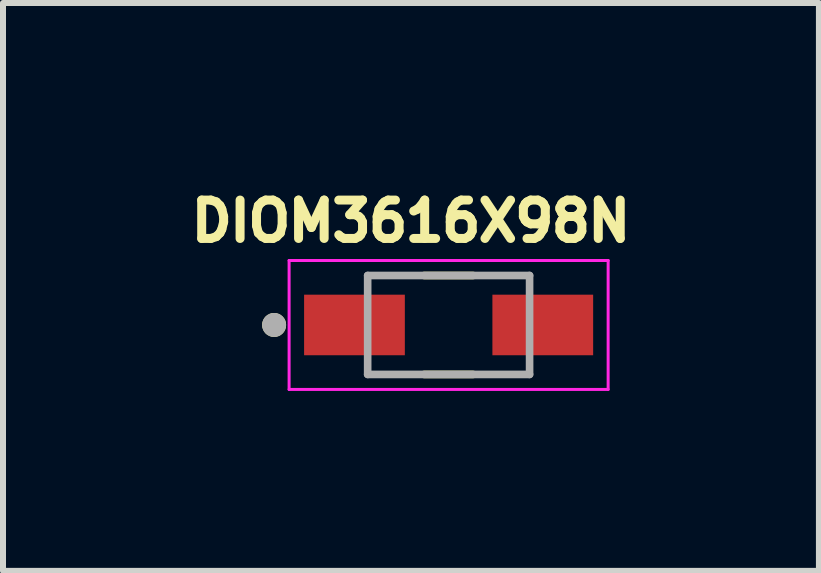
<source format=kicad_pcb>
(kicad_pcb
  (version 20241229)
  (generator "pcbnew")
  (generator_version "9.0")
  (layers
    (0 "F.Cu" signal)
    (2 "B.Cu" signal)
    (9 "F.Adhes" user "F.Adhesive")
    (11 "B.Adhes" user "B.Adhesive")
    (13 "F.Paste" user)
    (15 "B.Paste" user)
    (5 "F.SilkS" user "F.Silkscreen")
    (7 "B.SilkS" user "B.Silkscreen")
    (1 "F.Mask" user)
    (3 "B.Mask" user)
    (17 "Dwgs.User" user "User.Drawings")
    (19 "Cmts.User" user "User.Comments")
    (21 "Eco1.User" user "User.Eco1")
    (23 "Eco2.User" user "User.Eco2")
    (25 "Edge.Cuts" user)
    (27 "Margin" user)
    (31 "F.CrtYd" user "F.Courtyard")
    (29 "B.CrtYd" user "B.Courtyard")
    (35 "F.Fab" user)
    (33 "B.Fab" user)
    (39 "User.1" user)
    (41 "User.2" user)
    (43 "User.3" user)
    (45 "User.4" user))
  (footprint "DIOM3616X98N"
    (layer "F.Cu")
    (at 4.431 2.369)
    (property "Reference" "DIOM3616X98N" (at -0.628 -1.731 0) (layer "F.SilkS") (effects (font (size 0.64 0.64) (thickness 0.15))))
    (attr smd)
    (fp_line (start -0.41 -0.825) (end 0.41 -0.825) (stroke (width 0.127) (type solid)) (layer "F.SilkS"))
    (fp_line (start -0.41 0.825) (end 0.41 0.825) (stroke (width 0.127) (type solid)) (layer "F.SilkS"))
    (fp_circle (center -2.91 0) (end -2.81 0) (stroke (width 0.2) (type solid)) (fill no) (layer "F.SilkS"))
    (fp_line (start -2.66 -1.075) (end -2.66 1.075) (stroke (width 0.05) (type solid)) (layer "F.CrtYd"))
    (fp_line (start -2.66 1.075) (end 2.66 1.075) (stroke (width 0.05) (type solid)) (layer "F.CrtYd"))
    (fp_line (start 2.66 -1.075) (end -2.66 -1.075) (stroke (width 0.05) (type solid)) (layer "F.CrtYd"))
    (fp_line (start 2.66 1.075) (end 2.66 -1.075) (stroke (width 0.05) (type solid)) (layer "F.CrtYd"))
    (fp_line (start -1.35 -0.825) (end -1.35 0.825) (stroke (width 0.127) (type solid)) (layer "F.Fab"))
    (fp_line (start -1.35 -0.825) (end 1.35 -0.825) (stroke (width 0.127) (type solid)) (layer "F.Fab"))
    (fp_line (start -1.35 0.825) (end 1.35 0.825) (stroke (width 0.127) (type solid)) (layer "F.Fab"))
    (fp_line (start 1.35 -0.825) (end 1.35 0.825) (stroke (width 0.127) (type solid)) (layer "F.Fab"))
    (fp_circle (center -2.91 0) (end -2.81 0) (stroke (width 0.2) (type solid)) (fill no) (layer "F.Fab"))
    (pad "1" smd rect (at -1.57 0) (size 1.68 1.01) (layers "F.Cu" "F.Mask" "F.Paste"))
    (pad "2" smd rect (at 1.57 0) (size 1.68 1.01) (layers "F.Cu" "F.Mask" "F.Paste")))
  (gr_rect
    (start -3 -3)
    (end 10.606 6.469)
    (stroke (width 0.1) (type default))
    (fill no)
    (layer "Edge.Cuts")))
</source>
